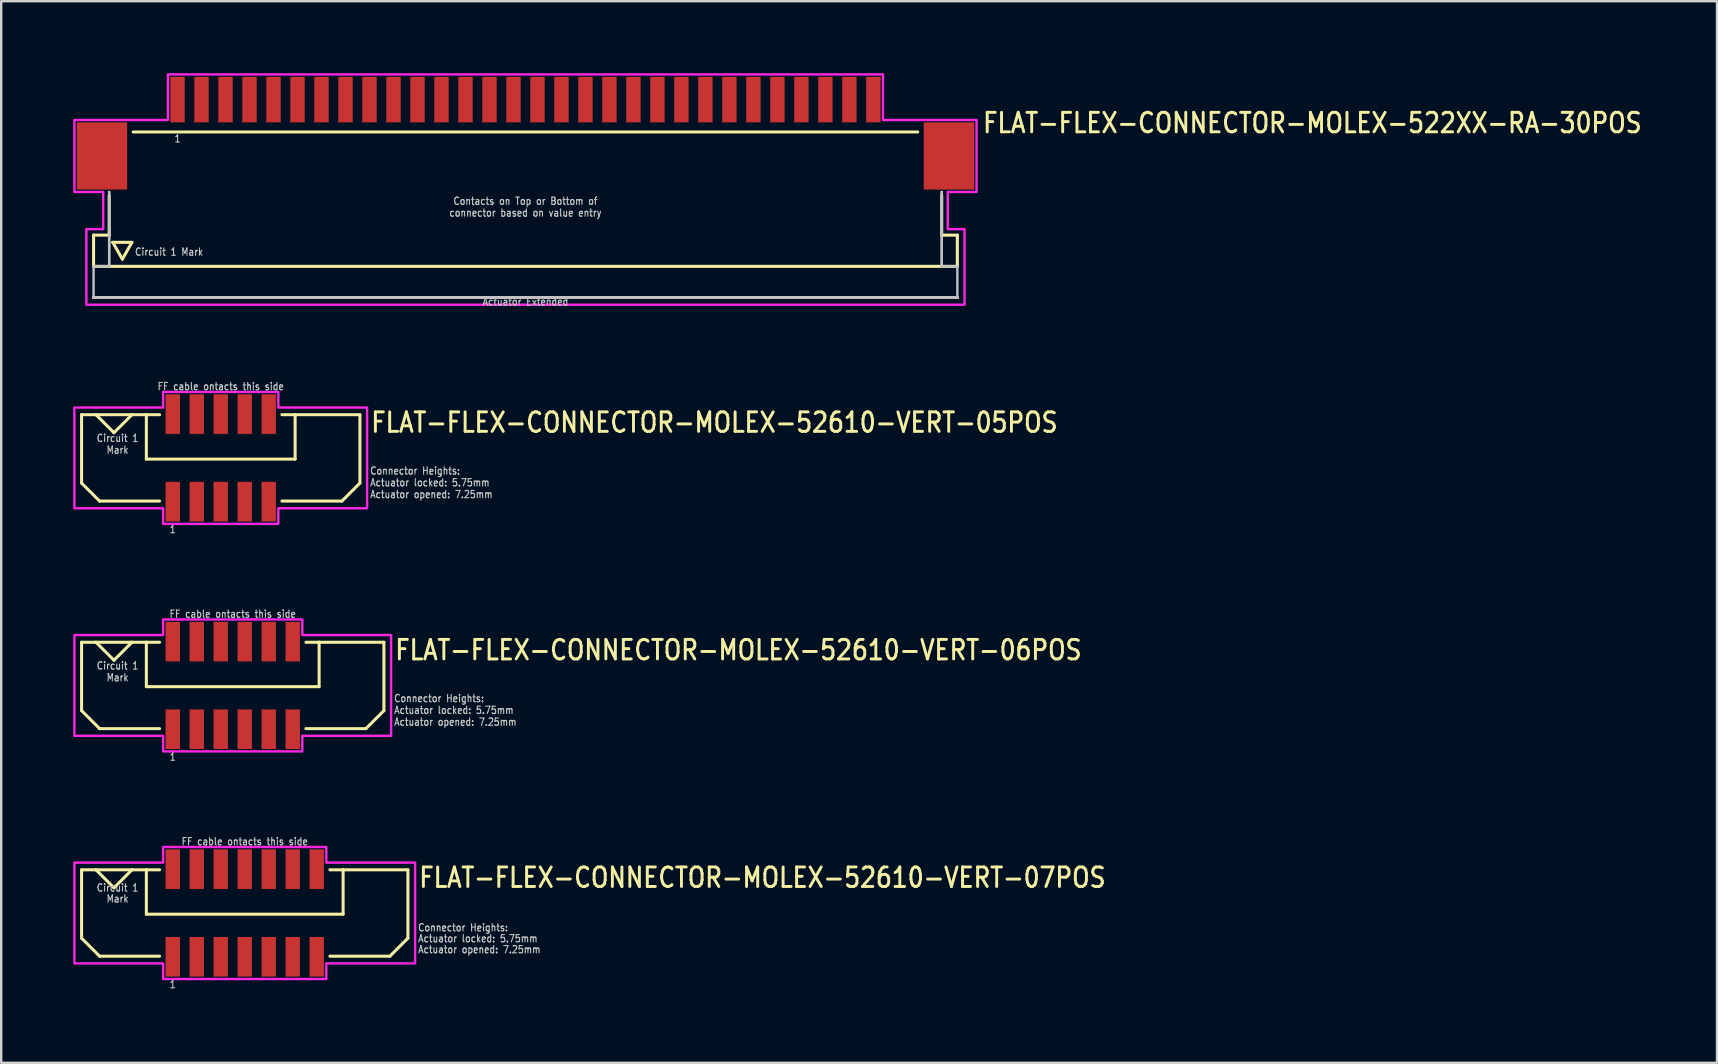
<source format=kicad_pcb>
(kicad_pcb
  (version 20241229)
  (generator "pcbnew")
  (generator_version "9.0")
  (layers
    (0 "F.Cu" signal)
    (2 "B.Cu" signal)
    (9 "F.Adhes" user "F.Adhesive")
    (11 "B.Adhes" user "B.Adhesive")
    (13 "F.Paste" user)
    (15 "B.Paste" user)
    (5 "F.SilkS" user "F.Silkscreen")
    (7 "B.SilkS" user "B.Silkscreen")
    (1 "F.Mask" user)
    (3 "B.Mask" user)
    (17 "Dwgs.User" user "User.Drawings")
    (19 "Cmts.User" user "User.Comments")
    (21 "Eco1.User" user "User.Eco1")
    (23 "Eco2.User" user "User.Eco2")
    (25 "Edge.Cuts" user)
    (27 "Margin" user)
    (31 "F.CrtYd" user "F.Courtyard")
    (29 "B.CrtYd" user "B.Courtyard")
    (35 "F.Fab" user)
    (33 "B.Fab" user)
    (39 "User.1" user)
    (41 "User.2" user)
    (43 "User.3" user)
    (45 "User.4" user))
  (footprint "FLAT-FLEX-CONNECTOR-MOLEX-52610-VERT-06POS"
    (layer "F.Cu")
    (at 6.65 25.518)
    (property "Reference" "FLAT-FLEX-CONNECTOR-MOLEX-52610-VERT-06POS" (at 6.7 -1 0) (unlocked yes) (layer "F.SilkS") (effects (font (size 0.813 0.695) (thickness 0.122)) (justify left bottom)))
    (fp_line (start -6.3 -1.8) (end -6.3 1.05) (stroke (width 0.127) (type solid)) (layer "F.SilkS"))
    (fp_line (start -6.3 1.05) (end -5.55 1.8) (stroke (width 0.127) (type solid)) (layer "F.SilkS"))
    (fp_line (start -5.7 -1.8) (end -6.3 -1.8) (stroke (width 0.127) (type solid)) (layer "F.SilkS"))
    (fp_line (start -5.7 -1.8) (end -4.95 -1.05) (stroke (width 0.127) (type solid)) (layer "F.SilkS"))
    (fp_line (start -5.55 1.8) (end -3.05 1.8) (stroke (width 0.127) (type solid)) (layer "F.SilkS"))
    (fp_line (start -4.95 -1.05) (end -4.2 -1.8) (stroke (width 0.127) (type solid)) (layer "F.SilkS"))
    (fp_line (start -4.2 -1.8) (end -5.7 -1.8) (stroke (width 0.127) (type solid)) (layer "F.SilkS"))
    (fp_line (start -3.6 -1.8) (end -4.2 -1.8) (stroke (width 0.127) (type solid)) (layer "F.SilkS"))
    (fp_line (start -3.6 -1.8) (end -3.6 0.05) (stroke (width 0.127) (type solid)) (layer "F.SilkS"))
    (fp_line (start -3.6 0.05) (end 3.6 0.05) (stroke (width 0.127) (type solid)) (layer "F.SilkS"))
    (fp_line (start -3.05 -1.8) (end -3.6 -1.8) (stroke (width 0.127) (type solid)) (layer "F.SilkS"))
    (fp_line (start 3.05 -1.8) (end 3.6 -1.8) (stroke (width 0.127) (type solid)) (layer "F.SilkS"))
    (fp_line (start 3.6 -1.8) (end 6.3 -1.8) (stroke (width 0.127) (type solid)) (layer "F.SilkS"))
    (fp_line (start 3.6 0.05) (end 3.6 -1.8) (stroke (width 0.127) (type solid)) (layer "F.SilkS"))
    (fp_line (start 5.55 1.8) (end 3.05 1.8) (stroke (width 0.127) (type solid)) (layer "F.SilkS"))
    (fp_line (start 6.3 -1.8) (end 6.3 1.05) (stroke (width 0.127) (type solid)) (layer "F.SilkS"))
    (fp_line (start 6.3 1.05) (end 5.55 1.8) (stroke (width 0.127) (type solid)) (layer "F.SilkS"))
    (fp_poly (pts (xy -6.6 -2.1) (xy -2.9 -2.1) (xy -2.9 -2.75) (xy 2.9 -2.75) (xy 2.9 -2.1) (xy 6.6 -2.1) (xy 6.6 2.1) (xy 2.9 2.1) (xy 2.9 2.75) (xy -2.9 2.75) (xy -2.9 2.1) (xy -6.6 2.1)) (stroke (width 0.1) (type solid)) (fill no) (layer "F.CrtYd"))
    (fp_text user "1" (at -2.5 2.8 0) (unlocked yes) (layer "Dwgs.User") (effects (font (size 0.305 0.261) (thickness 0.046)) (justify top)))
    (fp_text user "Connector Heights:\nActuator locked: 5.75mm\nActuator opened: 7.25mm" (at 6.7 1.7 0) (unlocked yes) (layer "Dwgs.User") (effects (font (size 0.305 0.261) (thickness 0.046)) (justify left bottom)))
    (fp_text user "FF cable ontacts this side" (at 0 -2.8 0) (unlocked yes) (layer "Dwgs.User") (effects (font (size 0.305 0.261) (thickness 0.046)) (justify bottom)))
    (fp_text user "Circuit 1\nMark" (at -4.8 -1 0) (unlocked yes) (layer "Dwgs.User") (effects (font (size 0.305 0.261) (thickness 0.046)) (justify top)))
    (pad "PC1" smd rect (at -2.5 -1.825) (size 0.6 1.65) (layers "F.Cu" "F.Mask" "F.Paste"))
    (pad "PC2" smd rect (at -1.5 -1.825) (size 0.6 1.65) (layers "F.Cu" "F.Mask" "F.Paste"))
    (pad "PC3" smd rect (at -0.5 -1.825) (size 0.6 1.65) (layers "F.Cu" "F.Mask" "F.Paste"))
    (pad "PC4" smd rect (at 0.5 -1.825) (size 0.6 1.65) (layers "F.Cu" "F.Mask" "F.Paste"))
    (pad "PC5" smd rect (at 1.5 -1.825) (size 0.6 1.65) (layers "F.Cu" "F.Mask" "F.Paste"))
    (pad "PC6" smd rect (at 2.5 -1.825) (size 0.6 1.65) (layers "F.Cu" "F.Mask" "F.Paste"))
    (pad "PS1" smd rect (at -2.5 1.825) (size 0.6 1.65) (layers "F.Cu" "F.Mask" "F.Paste"))
    (pad "PS2" smd rect (at -1.5 1.825) (size 0.6 1.65) (layers "F.Cu" "F.Mask" "F.Paste"))
    (pad "PS3" smd rect (at -0.5 1.825) (size 0.6 1.65) (layers "F.Cu" "F.Mask" "F.Paste"))
    (pad "PS4" smd rect (at 0.5 1.825) (size 0.6 1.65) (layers "F.Cu" "F.Mask" "F.Paste"))
    (pad "PS5" smd rect (at 1.5 1.825) (size 0.6 1.65) (layers "F.Cu" "F.Mask" "F.Paste"))
    (pad "PS6" smd rect (at 2.5 1.825) (size 0.6 1.65) (layers "F.Cu" "F.Mask" "F.Paste")))
  (footprint "FLAT-FLEX-CONNECTOR-MOLEX-52610-VERT-07POS"
    (layer "F.Cu")
    (at 7.15 35.002)
    (property "Reference" "FLAT-FLEX-CONNECTOR-MOLEX-52610-VERT-07POS" (at 7.2 -1 0) (unlocked yes) (layer "F.SilkS") (effects (font (size 0.813 0.695) (thickness 0.122)) (justify left bottom)))
    (fp_line (start -6.8 -1.8) (end -6.8 1.05) (stroke (width 0.127) (type solid)) (layer "F.SilkS"))
    (fp_line (start -6.8 1.05) (end -6.05 1.8) (stroke (width 0.127) (type solid)) (layer "F.SilkS"))
    (fp_line (start -6.2 -1.8) (end -6.8 -1.8) (stroke (width 0.127) (type solid)) (layer "F.SilkS"))
    (fp_line (start -6.2 -1.8) (end -5.45 -1.05) (stroke (width 0.127) (type solid)) (layer "F.SilkS"))
    (fp_line (start -6.05 1.8) (end -3.55 1.8) (stroke (width 0.127) (type solid)) (layer "F.SilkS"))
    (fp_line (start -5.45 -1.05) (end -4.7 -1.8) (stroke (width 0.127) (type solid)) (layer "F.SilkS"))
    (fp_line (start -4.7 -1.8) (end -6.2 -1.8) (stroke (width 0.127) (type solid)) (layer "F.SilkS"))
    (fp_line (start -4.1 -1.8) (end -4.7 -1.8) (stroke (width 0.127) (type solid)) (layer "F.SilkS"))
    (fp_line (start -4.1 -1.8) (end -4.1 0.05) (stroke (width 0.127) (type solid)) (layer "F.SilkS"))
    (fp_line (start -4.1 0.05) (end 4.1 0.05) (stroke (width 0.127) (type solid)) (layer "F.SilkS"))
    (fp_line (start -3.55 -1.8) (end -4.1 -1.8) (stroke (width 0.127) (type solid)) (layer "F.SilkS"))
    (fp_line (start 3.55 -1.8) (end 4.1 -1.8) (stroke (width 0.127) (type solid)) (layer "F.SilkS"))
    (fp_line (start 4.1 -1.8) (end 6.8 -1.8) (stroke (width 0.127) (type solid)) (layer "F.SilkS"))
    (fp_line (start 4.1 0.05) (end 4.1 -1.8) (stroke (width 0.127) (type solid)) (layer "F.SilkS"))
    (fp_line (start 6.05 1.8) (end 3.55 1.8) (stroke (width 0.127) (type solid)) (layer "F.SilkS"))
    (fp_line (start 6.8 -1.8) (end 6.8 1.05) (stroke (width 0.127) (type solid)) (layer "F.SilkS"))
    (fp_line (start 6.8 1.05) (end 6.05 1.8) (stroke (width 0.127) (type solid)) (layer "F.SilkS"))
    (fp_poly (pts (xy -7.1 -2.1) (xy -3.4 -2.1) (xy -3.4 -2.75) (xy 3.4 -2.75) (xy 3.4 -2.1) (xy 7.1 -2.1) (xy 7.1 2.1) (xy 3.4 2.1) (xy 3.4 2.75) (xy -3.4 2.75) (xy -3.4 2.1) (xy -7.1 2.1)) (stroke (width 0.1) (type solid)) (fill no) (layer "F.CrtYd"))
    (fp_text user "Circuit 1" (at -5.3 -1.229 0) (unlocked yes) (layer "Dwgs.User") (effects (font (size 0.305 0.261) (thickness 0.046)) (justify top)))
    (fp_text user "FF cable ontacts this side" (at 0 -2.8 0) (unlocked yes) (layer "Dwgs.User") (effects (font (size 0.305 0.261) (thickness 0.046)) (justify bottom)))
    (fp_text user "1" (at -3 2.8 0) (unlocked yes) (layer "Dwgs.User") (effects (font (size 0.305 0.261) (thickness 0.046)) (justify top)))
    (fp_text user "Mark" (at -5.3 -0.771 0) (unlocked yes) (layer "Dwgs.User") (effects (font (size 0.305 0.261) (thickness 0.046)) (justify top)))
    (fp_text user "Actuator opened: 7.25mm" (at 7.2 1.7 0) (unlocked yes) (layer "Dwgs.User") (effects (font (size 0.305 0.261) (thickness 0.046)) (justify left bottom)))
    (fp_text user "Actuator locked: 5.75mm" (at 7.2 1.243 0) (unlocked yes) (layer "Dwgs.User") (effects (font (size 0.305 0.261) (thickness 0.046)) (justify left bottom)))
    (fp_text user "Connector Heights:" (at 7.2 0.786 0) (unlocked yes) (layer "Dwgs.User") (effects (font (size 0.305 0.261) (thickness 0.046)) (justify left bottom)))
    (pad "PC1" smd rect (at -3 -1.825) (size 0.6 1.65) (layers "F.Cu" "F.Mask" "F.Paste"))
    (pad "PC2" smd rect (at -2 -1.825) (size 0.6 1.65) (layers "F.Cu" "F.Mask" "F.Paste"))
    (pad "PC3" smd rect (at -1 -1.825) (size 0.6 1.65) (layers "F.Cu" "F.Mask" "F.Paste"))
    (pad "PC4" smd rect (at 0 -1.825) (size 0.6 1.65) (layers "F.Cu" "F.Mask" "F.Paste"))
    (pad "PC5" smd rect (at 1 -1.825) (size 0.6 1.65) (layers "F.Cu" "F.Mask" "F.Paste"))
    (pad "PC6" smd rect (at 2 -1.825) (size 0.6 1.65) (layers "F.Cu" "F.Mask" "F.Paste"))
    (pad "PC7" smd rect (at 3 -1.825) (size 0.6 1.65) (layers "F.Cu" "F.Mask" "F.Paste"))
    (pad "PS1" smd rect (at -3 1.825) (size 0.6 1.65) (layers "F.Cu" "F.Mask" "F.Paste"))
    (pad "PS2" smd rect (at -2 1.825) (size 0.6 1.65) (layers "F.Cu" "F.Mask" "F.Paste"))
    (pad "PS3" smd rect (at -1 1.825) (size 0.6 1.65) (layers "F.Cu" "F.Mask" "F.Paste"))
    (pad "PS4" smd rect (at 0 1.825) (size 0.6 1.65) (layers "F.Cu" "F.Mask" "F.Paste"))
    (pad "PS5" smd rect (at 1 1.825) (size 0.6 1.65) (layers "F.Cu" "F.Mask" "F.Paste"))
    (pad "PS6" smd rect (at 2 1.825) (size 0.6 1.65) (layers "F.Cu" "F.Mask" "F.Paste"))
    (pad "PS7" smd rect (at 3 1.825) (size 0.6 1.65) (layers "F.Cu" "F.Mask" "F.Paste")))
  (footprint "FLAT-FLEX-CONNECTOR-MOLEX-52610-VERT-05POS"
    (layer "F.Cu")
    (at 6.15 16.034)
    (property "Reference" "FLAT-FLEX-CONNECTOR-MOLEX-52610-VERT-05POS" (at 6.2 -1 0) (unlocked yes) (layer "F.SilkS") (effects (font (size 0.813 0.695) (thickness 0.122)) (justify left bottom)))
    (fp_line (start -5.8 -1.8) (end -5.8 1.05) (stroke (width 0.127) (type solid)) (layer "F.SilkS"))
    (fp_line (start -5.8 1.05) (end -5.05 1.8) (stroke (width 0.127) (type solid)) (layer "F.SilkS"))
    (fp_line (start -5.2 -1.8) (end -5.8 -1.8) (stroke (width 0.127) (type solid)) (layer "F.SilkS"))
    (fp_line (start -5.2 -1.8) (end -4.45 -1.05) (stroke (width 0.127) (type solid)) (layer "F.SilkS"))
    (fp_line (start -5.05 1.8) (end -2.55 1.8) (stroke (width 0.127) (type solid)) (layer "F.SilkS"))
    (fp_line (start -4.45 -1.05) (end -3.7 -1.8) (stroke (width 0.127) (type solid)) (layer "F.SilkS"))
    (fp_line (start -3.7 -1.8) (end -5.2 -1.8) (stroke (width 0.127) (type solid)) (layer "F.SilkS"))
    (fp_line (start -3.1 -1.8) (end -3.7 -1.8) (stroke (width 0.127) (type solid)) (layer "F.SilkS"))
    (fp_line (start -3.1 -1.8) (end -3.1 0.05) (stroke (width 0.127) (type solid)) (layer "F.SilkS"))
    (fp_line (start -3.1 0.05) (end 3.1 0.05) (stroke (width 0.127) (type solid)) (layer "F.SilkS"))
    (fp_line (start -2.55 -1.8) (end -3.1 -1.8) (stroke (width 0.127) (type solid)) (layer "F.SilkS"))
    (fp_line (start 2.55 -1.8) (end 3.1 -1.8) (stroke (width 0.127) (type solid)) (layer "F.SilkS"))
    (fp_line (start 3.1 -1.8) (end 5.8 -1.8) (stroke (width 0.127) (type solid)) (layer "F.SilkS"))
    (fp_line (start 3.1 0.05) (end 3.1 -1.8) (stroke (width 0.127) (type solid)) (layer "F.SilkS"))
    (fp_line (start 5.05 1.8) (end 2.55 1.8) (stroke (width 0.127) (type solid)) (layer "F.SilkS"))
    (fp_line (start 5.8 -1.8) (end 5.8 1.05) (stroke (width 0.127) (type solid)) (layer "F.SilkS"))
    (fp_line (start 5.8 1.05) (end 5.05 1.8) (stroke (width 0.127) (type solid)) (layer "F.SilkS"))
    (fp_poly (pts (xy -6.1 -2.1) (xy -2.4 -2.1) (xy -2.4 -2.75) (xy 2.4 -2.75) (xy 2.4 -2.1) (xy 6.1 -2.1) (xy 6.1 2.1) (xy 2.4 2.1) (xy 2.4 2.75) (xy -2.4 2.75) (xy -2.4 2.1) (xy -6.1 2.1)) (stroke (width 0.1) (type solid)) (fill no) (layer "F.CrtYd"))
    (fp_text user "Circuit 1\nMark" (at -4.3 -1 0) (unlocked yes) (layer "Dwgs.User") (effects (font (size 0.305 0.261) (thickness 0.046)) (justify top)))
    (fp_text user "1" (at -2 2.8 0) (unlocked yes) (layer "Dwgs.User") (effects (font (size 0.305 0.261) (thickness 0.046)) (justify top)))
    (fp_text user "FF cable ontacts this side" (at 0 -2.8 0) (unlocked yes) (layer "Dwgs.User") (effects (font (size 0.305 0.261) (thickness 0.046)) (justify bottom)))
    (fp_text user "Connector Heights:\nActuator locked: 5.75mm\nActuator opened: 7.25mm" (at 6.2 1.7 0) (unlocked yes) (layer "Dwgs.User") (effects (font (size 0.305 0.261) (thickness 0.046)) (justify left bottom)))
    (pad "PC1" smd rect (at -2 -1.825) (size 0.6 1.65) (layers "F.Cu" "F.Mask" "F.Paste"))
    (pad "PC2" smd rect (at -1 -1.825) (size 0.6 1.65) (layers "F.Cu" "F.Mask" "F.Paste"))
    (pad "PC3" smd rect (at 0 -1.825) (size 0.6 1.65) (layers "F.Cu" "F.Mask" "F.Paste"))
    (pad "PC4" smd rect (at 1 -1.825) (size 0.6 1.65) (layers "F.Cu" "F.Mask" "F.Paste"))
    (pad "PC5" smd rect (at 2 -1.825) (size 0.6 1.65) (layers "F.Cu" "F.Mask" "F.Paste"))
    (pad "PS1" smd rect (at -2 1.825) (size 0.6 1.65) (layers "F.Cu" "F.Mask" "F.Paste"))
    (pad "PS2" smd rect (at -1 1.825) (size 0.6 1.65) (layers "F.Cu" "F.Mask" "F.Paste"))
    (pad "PS3" smd rect (at 0 1.825) (size 0.6 1.65) (layers "F.Cu" "F.Mask" "F.Paste"))
    (pad "PS4" smd rect (at 1 1.825) (size 0.6 1.65) (layers "F.Cu" "F.Mask" "F.Paste"))
    (pad "PS5" smd rect (at 2 1.825) (size 0.6 1.65) (layers "F.Cu" "F.Mask" "F.Paste")))
  (footprint "FLAT-FLEX-CONNECTOR-MOLEX-522XX-RA-30POS"
    (layer "F.Cu")
    (at 18.85 2.05)
    (property "Reference" "FLAT-FLEX-CONNECTOR-MOLEX-522XX-RA-30POS" (at 19 0.5 0) (unlocked yes) (layer "F.SilkS") (effects (font (size 0.813 0.695) (thickness 0.122)) (justify left bottom)))
    (fp_line (start -18 4.7) (end -18 6) (stroke (width 0.127) (type solid)) (layer "F.SilkS"))
    (fp_line (start -18 6) (end 18 6) (stroke (width 0.127) (type solid)) (layer "F.SilkS"))
    (fp_line (start -17.35 3.05) (end -17.35 4.7) (stroke (width 0.127) (type solid)) (layer "F.SilkS"))
    (fp_line (start -17.35 4.7) (end -18 4.7) (stroke (width 0.127) (type solid)) (layer "F.SilkS"))
    (fp_line (start -17.2 5) (end -16.4 5) (stroke (width 0.127) (type solid)) (layer "F.SilkS"))
    (fp_line (start -16.8 5.7) (end -17.2 5) (stroke (width 0.127) (type solid)) (layer "F.SilkS"))
    (fp_line (start -16.4 5) (end -16.8 5.7) (stroke (width 0.127) (type solid)) (layer "F.SilkS"))
    (fp_line (start -16.35 0.4) (end 16.35 0.4) (stroke (width 0.127) (type solid)) (layer "F.SilkS"))
    (fp_line (start 17.35 3.05) (end 17.35 4.7) (stroke (width 0.127) (type solid)) (layer "F.SilkS"))
    (fp_line (start 18 4.7) (end 17.35 4.7) (stroke (width 0.127) (type solid)) (layer "F.SilkS"))
    (fp_line (start 18 6) (end 18 4.7) (stroke (width 0.127) (type solid)) (layer "F.SilkS"))
    (fp_line (start -18 6) (end -18 7.3) (stroke (width 0.1) (type solid)) (layer "Dwgs.User"))
    (fp_line (start -18 7.3) (end 18 7.3) (stroke (width 0.1) (type solid)) (layer "Dwgs.User"))
    (fp_line (start -18 7.3) (end 18 7.3) (stroke (width 0.1) (type solid)) (layer "Dwgs.User"))
    (fp_line (start -18 7.3) (end 18 7.3) (stroke (width 0.1) (type solid)) (layer "Dwgs.User"))
    (fp_line (start -18 7.3) (end 18 7.3) (stroke (width 0.1) (type solid)) (layer "Dwgs.User"))
    (fp_line (start -18 7.3) (end 18 7.3) (stroke (width 0.1) (type solid)) (layer "Dwgs.User"))
    (fp_line (start -18 7.3) (end 18 7.3) (stroke (width 0.1) (type solid)) (layer "Dwgs.User"))
    (fp_line (start -18 7.3) (end 18 7.3) (stroke (width 0.1) (type solid)) (layer "Dwgs.User"))
    (fp_line (start -18 7.3) (end 18 7.3) (stroke (width 0.1) (type solid)) (layer "Dwgs.User"))
    (fp_line (start -18 7.3) (end 18 7.3) (stroke (width 0.1) (type solid)) (layer "Dwgs.User"))
    (fp_line (start -18 7.3) (end 18 7.3) (stroke (width 0.1) (type solid)) (layer "Dwgs.User"))
    (fp_line (start -18 7.3) (end 18 7.3) (stroke (width 0.1) (type solid)) (layer "Dwgs.User"))
    (fp_line (start -18 7.3) (end 18 7.3) (stroke (width 0.1) (type solid)) (layer "Dwgs.User"))
    (fp_line (start -18 7.3) (end 18 7.3) (stroke (width 0.1) (type solid)) (layer "Dwgs.User"))
    (fp_line (start -18 7.3) (end 18 7.3) (stroke (width 0.1) (type solid)) (layer "Dwgs.User"))
    (fp_line (start -18 7.3) (end 18 7.3) (stroke (width 0.1) (type solid)) (layer "Dwgs.User"))
    (fp_line (start -18 7.3) (end 18 7.3) (stroke (width 0.1) (type solid)) (layer "Dwgs.User"))
    (fp_line (start -18 7.3) (end 18 7.3) (stroke (width 0.1) (type solid)) (layer "Dwgs.User"))
    (fp_line (start -18 7.3) (end 18 7.3) (stroke (width 0.1) (type solid)) (layer "Dwgs.User"))
    (fp_line (start -17.35 2.9) (end -17.35 6) (stroke (width 0.1) (type solid)) (layer "Dwgs.User"))
    (fp_line (start -17.35 2.9) (end -17.35 6) (stroke (width 0.1) (type solid)) (layer "Dwgs.User"))
    (fp_line (start -17.35 6) (end -18 6) (stroke (width 0.1) (type solid)) (layer "Dwgs.User"))
    (fp_line (start 17.35 2.9) (end 17.35 6) (stroke (width 0.1) (type solid)) (layer "Dwgs.User"))
    (fp_line (start 17.35 2.9) (end 17.35 6) (stroke (width 0.1) (type solid)) (layer "Dwgs.User"))
    (fp_line (start 18 6) (end 17.35 6) (stroke (width 0.1) (type solid)) (layer "Dwgs.User"))
    (fp_line (start 18 7.3) (end 18 6) (stroke (width 0.1) (type solid)) (layer "Dwgs.User"))
    (fp_poly (pts (xy -18.8 2.9) (xy -18.8 -0.1) (xy -14.9 -0.1) (xy -14.9 -2) (xy 14.9 -2) (xy 14.9 -0.1) (xy 18.8 -0.1) (xy 18.8 2.9) (xy 17.6 2.9) (xy 17.6 4.45) (xy 18.3 4.45) (xy 18.3 7.6) (xy -18.3 7.6) (xy -18.3 4.45) (xy -17.6 4.45) (xy -17.6 2.9)) (stroke (width 0.1) (type solid)) (fill no) (layer "F.CrtYd"))
    (fp_text user "Circuit 1 Mark" (at -16.3 5.4 0) (unlocked yes) (layer "Dwgs.User") (effects (font (size 0.305 0.261) (thickness 0.046)) (justify left)))
    (fp_text user "Contacts on Top or Bottom of\nconnector based on value entry" (at 0 3.95 0) (unlocked yes) (layer "Dwgs.User") (effects (font (size 0.305 0.261) (thickness 0.046)) (justify bottom)))
    (fp_text user "Actuator Extended" (at 0 7.3 0) (unlocked yes) (layer "Dwgs.User") (effects (font (size 0.305 0.261) (thickness 0.046)) (justify top)))
    (fp_text user "1" (at -14.5 0.5 0) (unlocked yes) (layer "Dwgs.User") (effects (font (size 0.305 0.261) (thickness 0.046)) (justify top)))
    (pad "1" smd rect (at -14.5 -0.95) (size 0.6 1.9) (layers "F.Cu" "F.Mask" "F.Paste"))
    (pad "2" smd rect (at -13.5 -0.95) (size 0.6 1.9) (layers "F.Cu" "F.Mask" "F.Paste"))
    (pad "3" smd rect (at -12.5 -0.95) (size 0.6 1.9) (layers "F.Cu" "F.Mask" "F.Paste"))
    (pad "4" smd rect (at -11.5 -0.95) (size 0.6 1.9) (layers "F.Cu" "F.Mask" "F.Paste"))
    (pad "5" smd rect (at -10.5 -0.95) (size 0.6 1.9) (layers "F.Cu" "F.Mask" "F.Paste"))
    (pad "6" smd rect (at -9.5 -0.95) (size 0.6 1.9) (layers "F.Cu" "F.Mask" "F.Paste"))
    (pad "7" smd rect (at -8.5 -0.95) (size 0.6 1.9) (layers "F.Cu" "F.Mask" "F.Paste"))
    (pad "8" smd rect (at -7.5 -0.95) (size 0.6 1.9) (layers "F.Cu" "F.Mask" "F.Paste"))
    (pad "9" smd rect (at -6.5 -0.95) (size 0.6 1.9) (layers "F.Cu" "F.Mask" "F.Paste"))
    (pad "10" smd rect (at -5.5 -0.95) (size 0.6 1.9) (layers "F.Cu" "F.Mask" "F.Paste"))
    (pad "11" smd rect (at -4.5 -0.95) (size 0.6 1.9) (layers "F.Cu" "F.Mask" "F.Paste"))
    (pad "12" smd rect (at -3.5 -0.95) (size 0.6 1.9) (layers "F.Cu" "F.Mask" "F.Paste"))
    (pad "13" smd rect (at -2.5 -0.95) (size 0.6 1.9) (layers "F.Cu" "F.Mask" "F.Paste"))
    (pad "14" smd rect (at -1.5 -0.95) (size 0.6 1.9) (layers "F.Cu" "F.Mask" "F.Paste"))
    (pad "15" smd rect (at -0.5 -0.95) (size 0.6 1.9) (layers "F.Cu" "F.Mask" "F.Paste"))
    (pad "16" smd rect (at 0.5 -0.95) (size 0.6 1.9) (layers "F.Cu" "F.Mask" "F.Paste"))
    (pad "17" smd rect (at 1.5 -0.95) (size 0.6 1.9) (layers "F.Cu" "F.Mask" "F.Paste"))
    (pad "18" smd rect (at 2.5 -0.95) (size 0.6 1.9) (layers "F.Cu" "F.Mask" "F.Paste"))
    (pad "19" smd rect (at 3.5 -0.95) (size 0.6 1.9) (layers "F.Cu" "F.Mask" "F.Paste"))
    (pad "20" smd rect (at 4.5 -0.95) (size 0.6 1.9) (layers "F.Cu" "F.Mask" "F.Paste"))
    (pad "21" smd rect (at 5.5 -0.95) (size 0.6 1.9) (layers "F.Cu" "F.Mask" "F.Paste"))
    (pad "22" smd rect (at 6.5 -0.95) (size 0.6 1.9) (layers "F.Cu" "F.Mask" "F.Paste"))
    (pad "23" smd rect (at 7.5 -0.95) (size 0.6 1.9) (layers "F.Cu" "F.Mask" "F.Paste"))
    (pad "24" smd rect (at 8.5 -0.95) (size 0.6 1.9) (layers "F.Cu" "F.Mask" "F.Paste"))
    (pad "25" smd rect (at 9.5 -0.95) (size 0.6 1.9) (layers "F.Cu" "F.Mask" "F.Paste"))
    (pad "26" smd rect (at 10.5 -0.95) (size 0.6 1.9) (layers "F.Cu" "F.Mask" "F.Paste"))
    (pad "27" smd rect (at 11.5 -0.95) (size 0.6 1.9) (layers "F.Cu" "F.Mask" "F.Paste"))
    (pad "28" smd rect (at 12.5 -0.95) (size 0.6 1.9) (layers "F.Cu" "F.Mask" "F.Paste"))
    (pad "29" smd rect (at 13.5 -0.95) (size 0.6 1.9) (layers "F.Cu" "F.Mask" "F.Paste"))
    (pad "30" smd rect (at 14.5 -0.95) (size 0.6 1.9) (layers "F.Cu" "F.Mask" "F.Paste"))
    (pad "M1" smd rect (at -17.65 1.4) (size 2.1 2.8) (layers "F.Cu" "F.Mask" "F.Paste"))
    (pad "M2" smd rect (at 17.65 1.4) (size 2.1 2.8) (layers "F.Cu" "F.Mask" "F.Paste")))
  (gr_rect
    (start -3 -3)
    (end 68.511 41.244)
    (stroke (width 0.1) (type default))
    (fill no)
    (layer "Edge.Cuts")))
</source>
